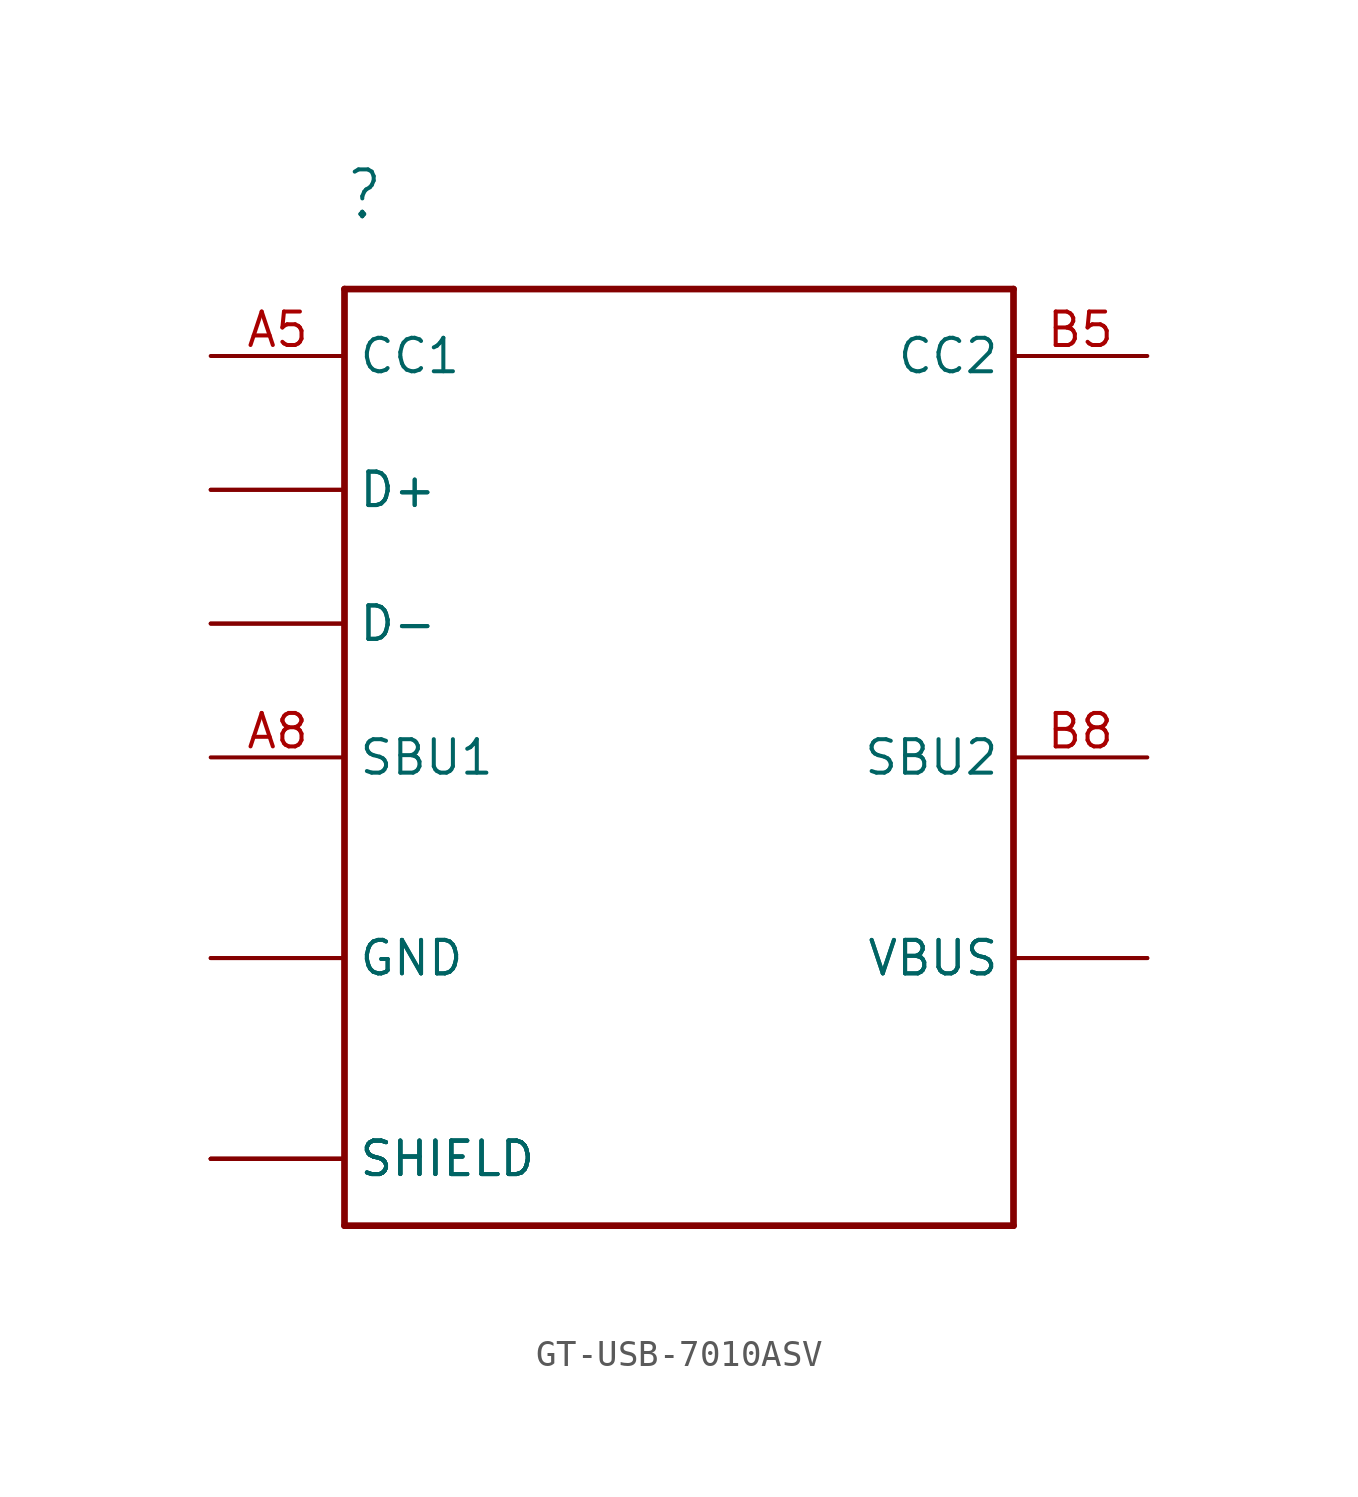
<source format=kicad_sym>
(kicad_symbol_lib
  (version 20211014)
  (generator kicad_symbol_editor)
  (symbol "GT-USB-7010ASV"
    (property "Reference" ""
      (at -5.08 15.24 0)
      (effects (font (size 1.778 1.511)) (justify left bottom)))
    (property "ki_locked" ""
      (at 0 0 0)
      (effects (font (size 1.27 1.27))))
    (symbol "GT-USB-7010ASV_1_0"
      (polyline (pts (xy -5.08 -22.86) (xy -5.08 12.7)) (stroke (width 0.254) (type default) (color 0 0 0 0)) (fill (type none)))
      (polyline (pts (xy -5.08 12.7) (xy 20.32 12.7)) (stroke (width 0.254) (type default) (color 0 0 0 0)) (fill (type none)))
      (polyline (pts (xy 20.32 -22.86) (xy -5.08 -22.86)) (stroke (width 0.254) (type default) (color 0 0 0 0)) (fill (type none)))
      (polyline (pts (xy 20.32 12.7) (xy 20.32 -22.86)) (stroke (width 0.254) (type default) (color 0 0 0 0)) (fill (type none)))
      (pin bidirectional line (at -10.16 -12.7 0) (length 5.08) (name "GND" (effects (font (size 1.27 1.27)))) (number "A1/B12" (effects (font (size 0 0)))))
      (pin bidirectional line (at 25.4 -12.7 180) (length 5.08) (name "VBUS" (effects (font (size 1.27 1.27)))) (number "A4/B9" (effects (font (size 0 0)))))
      (pin bidirectional line (at -10.16 10.16 0) (length 5.08) (name "CC1" (effects (font (size 1.27 1.27)))) (number "A5" (effects (font (size 1.27 1.27)))))
      (pin bidirectional line (at -10.16 5.08 0) (length 5.08) (name "D+" (effects (font (size 1.27 1.27)))) (number "A6" (effects (font (size 0 0)))))
      (pin bidirectional line (at -10.16 0 0) (length 5.08) (name "D-" (effects (font (size 1.27 1.27)))) (number "A7" (effects (font (size 0 0)))))
      (pin bidirectional line (at -10.16 -5.08 0) (length 5.08) (name "SBU1" (effects (font (size 1.27 1.27)))) (number "A8" (effects (font (size 1.27 1.27)))))
      (pin bidirectional line (at -10.16 -12.7 0) (length 5.08) (name "GND" (effects (font (size 1.27 1.27)))) (number "B1/A12" (effects (font (size 0 0)))))
      (pin bidirectional line (at 25.4 -12.7 180) (length 5.08) (name "VBUS" (effects (font (size 1.27 1.27)))) (number "B4/A9" (effects (font (size 0 0)))))
      (pin bidirectional line (at 25.4 10.16 180) (length 5.08) (name "CC2" (effects (font (size 1.27 1.27)))) (number "B5" (effects (font (size 1.27 1.27)))))
      (pin bidirectional line (at -10.16 5.08 0) (length 5.08) (name "D+" (effects (font (size 1.27 1.27)))) (number "B6" (effects (font (size 0 0)))))
      (pin bidirectional line (at -10.16 0 0) (length 5.08) (name "D-" (effects (font (size 1.27 1.27)))) (number "B7" (effects (font (size 0 0)))))
      (pin bidirectional line (at 25.4 -5.08 180) (length 5.08) (name "SBU2" (effects (font (size 1.27 1.27)))) (number "B8" (effects (font (size 1.27 1.27)))))
      (pin bidirectional line (at -10.16 -20.32 0) (length 5.08) (name "SHIELD" (effects (font (size 1.27 1.27)))) (number "SHIELD1" (effects (font (size 0 0)))))
      (pin bidirectional line (at -10.16 -20.32 0) (length 5.08) (name "SHIELD" (effects (font (size 1.27 1.27)))) (number "SHIELD2" (effects (font (size 0 0)))))
      (pin bidirectional line (at -10.16 -20.32 0) (length 5.08) (name "SHIELD" (effects (font (size 1.27 1.27)))) (number "SHIELD3" (effects (font (size 0 0)))))
      (pin bidirectional line (at -10.16 -20.32 0) (length 5.08) (name "SHIELD" (effects (font (size 1.27 1.27)))) (number "SHIELD4" (effects (font (size 0 0))))))))
</source>
